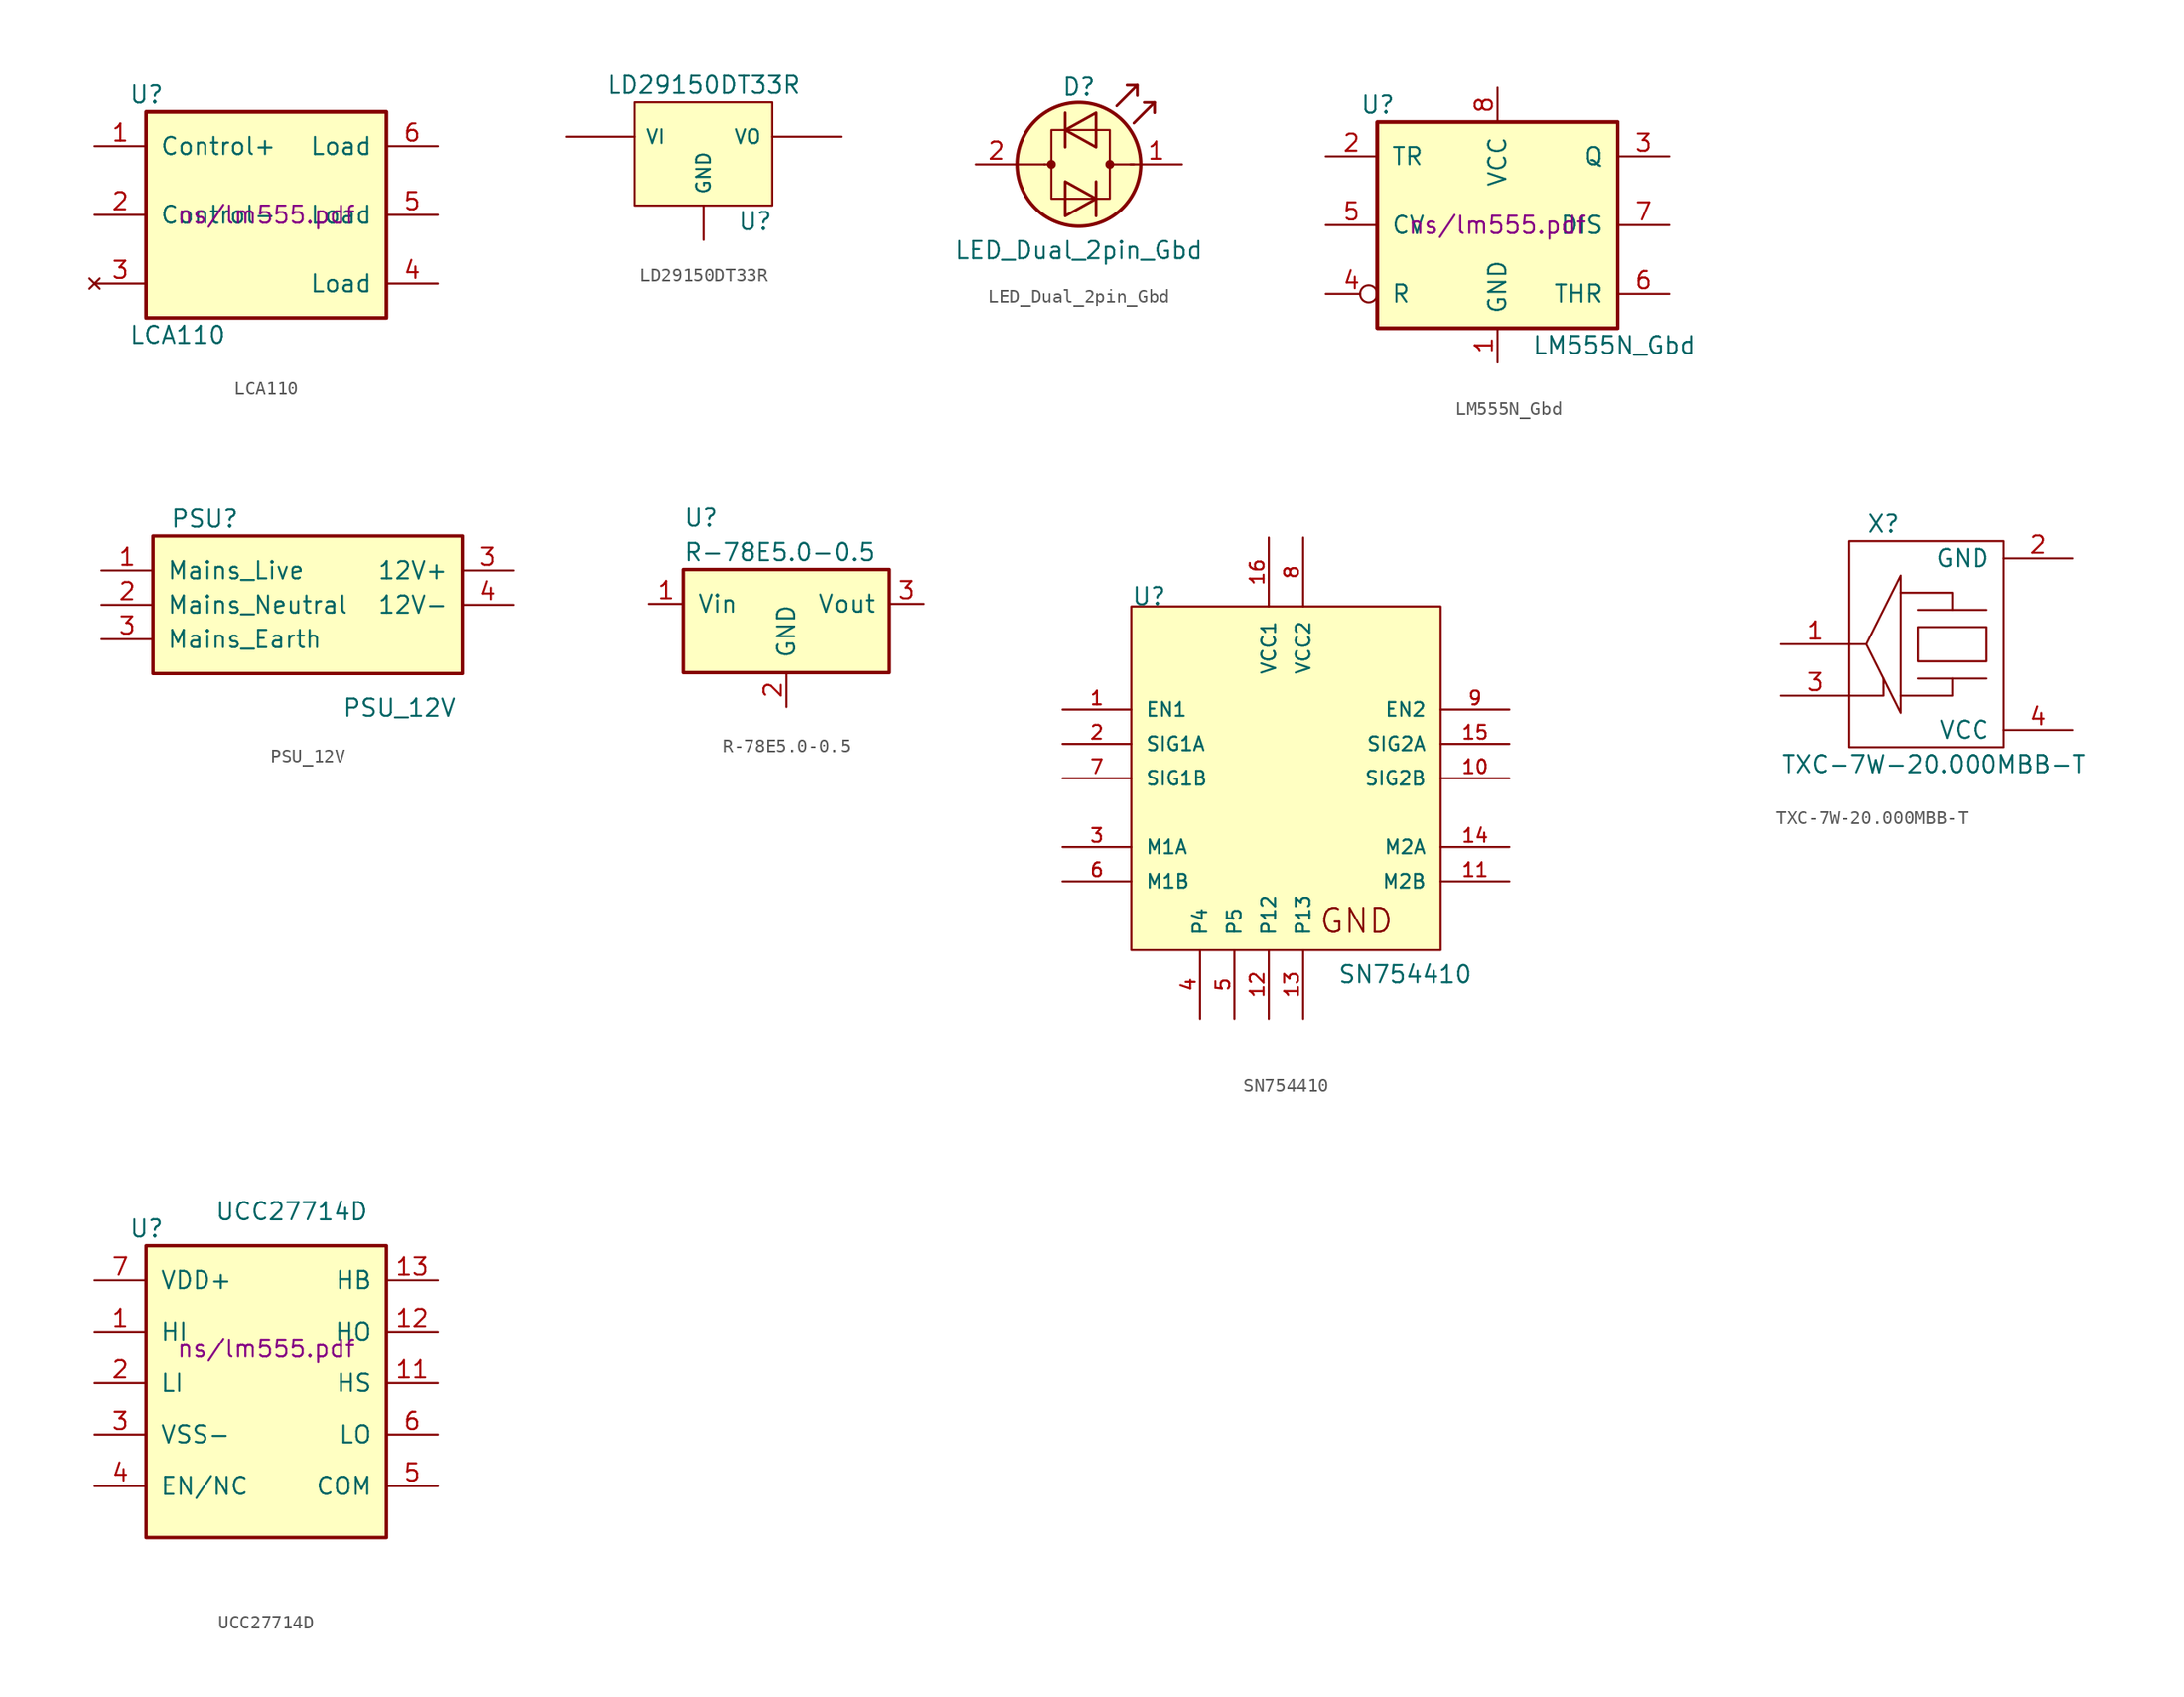
<source format=kicad_sym>
(kicad_symbol_lib
  (version 20220914)
  (generator kicad_symbol_editor)
  (symbol "LCA110"
    (pin_names
      (offset 1.016))
    (property "Reference" "U"
      (at -10.16 8.89 0)
      (effects (font (size 1.27 1.27)) (justify left)))
    (property "Value" "LCA110"
      (at -10.16 -8.89 0)
      (effects (font (size 1.27 1.27)) (justify left)))
    (property "Footprint" ""
      (at 0 0 0)
      (effects (font (size 1.27 1.27))))
    (property "Datasheet" "ns/lm555.pdf"
      (at 0 0 0)
      (effects (font (size 1.27 1.27))))
    (symbol "LCA110_0_1"
      (rectangle (start -8.89 -7.62) (end 8.89 7.62) (stroke (width 0.254) (type solid)) (fill (type background)))
      (rectangle (start -8.89 -7.62) (end 8.89 7.62) (stroke (width 0.254) (type solid)) (fill (type background))))
    (symbol "LCA110_1_1"
      (pin input line (at -12.7 5.08 0) (length 3.81) (name "Control+" (effects (font (size 1.27 1.27)))) (number "1" (effects (font (size 1.27 1.27)))))
      (pin input line (at -12.7 0 0) (length 3.81) (name "Control-" (effects (font (size 1.27 1.27)))) (number "2" (effects (font (size 1.27 1.27)))))
      (pin no_connect line (at -12.7 -5.08 0) (length 3.81) (name "~" (effects (font (size 1.27 1.27)))) (number "3" (effects (font (size 1.27 1.27)))))
      (pin bidirectional line (at 12.7 -5.08 180) (length 3.81) (name "Load" (effects (font (size 1.27 1.27)))) (number "4" (effects (font (size 1.27 1.27)))))
      (pin input line (at 12.7 0 180) (length 3.81) (name "Load" (effects (font (size 1.27 1.27)))) (number "5" (effects (font (size 1.27 1.27)))))
      (pin bidirectional line (at 12.7 5.08 180) (length 3.81) (name "Load" (effects (font (size 1.27 1.27)))) (number "6" (effects (font (size 1.27 1.27)))))))
  (symbol "LD29150DT33R"
    (pin_numbers hide)
    (pin_names
      (offset 0.762))
    (property "Reference" "U"
      (at 3.81 -4.978 0)
      (effects (font (size 1.27 1.27))))
    (property "Value" "LD29150DT33R"
      (at 0 5.08 0)
      (effects (font (size 1.27 1.27))))
    (property "Footprint" ""
      (at 0 0 0)
      (effects (font (size 1.27 1.27))))
    (property "Datasheet" ""
      (at 0 0 0)
      (effects (font (size 1.27 1.27))))
    (symbol "LD29150DT33R_0_1"
      (rectangle (start -5.08 -3.81) (end 5.08 3.81) (stroke (width 0) (type solid)) (fill (type background))))
    (symbol "LD29150DT33R_1_1"
      (pin input line (at 0 -6.35 90) (length 2.54) (name "GND" (effects (font (size 1.016 1.016)))) (number "GND" (effects (font (size 1.016 1.016)))))
      (pin input line (at -10.16 1.27 0) (length 5.08) (name "VI" (effects (font (size 1.016 1.016)))) (number "VI" (effects (font (size 1.016 1.016)))))
      (pin power_out line (at 10.16 1.27 180) (length 5.08) (name "VO" (effects (font (size 1.016 1.016)))) (number "VO" (effects (font (size 1.016 1.016)))))))
  (symbol "LED_Dual_2pin_Gbd"
    (pin_names
      (offset 0) hide)
    (property "Reference" "D"
      (at 0 5.715 0)
      (effects (font (size 1.27 1.27))))
    (property "Value" "LED_Dual_2pin_Gbd"
      (at 0 -6.35 0)
      (effects (font (size 1.27 1.27))))
    (property "Footprint" ""
      (at 0 0 0)
      (effects (font (size 1.27 1.27))))
    (property "Datasheet" ""
      (at 0 0 0)
      (effects (font (size 1.27 1.27))))
    (symbol "LED_Dual_2pin_Gbd_0_1"
      (circle (center -2.032 0) (radius 0.254) (stroke (width 0) (type solid)) (fill (type outline)))
      (polyline (pts (xy -4.572 0) (xy -2.54 0)) (stroke (width 0) (type solid)) (fill (type none)))
      (polyline (pts (xy -2.032 0) (xy -2.54 0)) (stroke (width 0) (type solid)) (fill (type none)))
      (polyline (pts (xy -1.016 3.81) (xy -1.016 1.27)) (stroke (width 0.203) (type solid)) (fill (type none)))
      (polyline (pts (xy 1.27 -1.27) (xy 1.27 -3.81)) (stroke (width 0.203) (type solid)) (fill (type none)))
      (polyline (pts (xy 4.064 0) (xy 2.286 0)) (stroke (width 0) (type solid)) (fill (type outline)))
      (polyline (pts (xy 4.318 5.842) (xy 4.318 5.08)) (stroke (width 0.203) (type solid)) (fill (type none)))
      (polyline (pts (xy 5.588 4.572) (xy 5.588 3.81)) (stroke (width 0.203) (type solid)) (fill (type none)))
      (polyline (pts (xy 2.794 4.318) (xy 4.318 5.842) (xy 3.556 5.842)) (stroke (width 0.203) (type solid)) (fill (type none)))
      (polyline (pts (xy 4.064 3.048) (xy 5.588 4.572) (xy 4.826 4.572)) (stroke (width 0.203) (type solid)) (fill (type none)))
      (polyline (pts (xy -1.016 -1.27) (xy -1.016 -3.81) (xy 1.27 -2.54) (xy -1.016 -1.27)) (stroke (width 0.203) (type solid)) (fill (type none)))
      (polyline (pts (xy 1.27 3.81) (xy 1.27 1.27) (xy -1.016 2.54) (xy 1.27 3.81)) (stroke (width 0.203) (type solid)) (fill (type none)))
      (polyline (pts (xy 2.286 2.54) (xy -2.032 2.54) (xy -2.032 -2.54) (xy 2.286 -2.54) (xy 2.286 2.54)) (stroke (width 0) (type solid)) (fill (type none)))
      (circle (center 0 0) (radius 4.572) (stroke (width 0.254) (type solid)) (fill (type background)))
      (circle (center 2.286 0) (radius 0.254) (stroke (width 0) (type solid)) (fill (type outline))))
    (symbol "LED_Dual_2pin_Gbd_1_1"
      (pin input line (at 7.62 0 180) (length 3.81) (name "KA" (effects (font (size 1.27 1.27)))) (number "1" (effects (font (size 1.27 1.27)))))
      (pin input line (at -7.62 0 0) (length 3.048) (name "AK" (effects (font (size 1.27 1.27)))) (number "2" (effects (font (size 1.27 1.27)))))))
  (symbol "LM555N_Gbd"
    (pin_names
      (offset 1.016))
    (property "Reference" "U"
      (at -10.16 8.89 0)
      (effects (font (size 1.27 1.27)) (justify left)))
    (property "Value" "LM555N_Gbd"
      (at 2.54 -8.89 0)
      (effects (font (size 1.27 1.27)) (justify left)))
    (property "Footprint" ""
      (at 0 0 0)
      (effects (font (size 1.27 1.27))))
    (property "Datasheet" "ns/lm555.pdf"
      (at 0 0 0)
      (effects (font (size 1.27 1.27))))
    (symbol "LM555N_Gbd_0_1"
      (rectangle (start -8.89 -7.62) (end 8.89 7.62) (stroke (width 0.254) (type solid)) (fill (type background)))
      (rectangle (start -8.89 -7.62) (end 8.89 7.62) (stroke (width 0.254) (type solid)) (fill (type background))))
    (symbol "LM555N_Gbd_1_1"
      (pin power_in line (at 0 -10.16 90) (length 2.54) (name "GND" (effects (font (size 1.27 1.27)))) (number "1" (effects (font (size 1.27 1.27)))))
      (pin input line (at -12.7 5.08 0) (length 3.81) (name "TR" (effects (font (size 1.27 1.27)))) (number "2" (effects (font (size 1.27 1.27)))))
      (pin output line (at 12.7 5.08 180) (length 3.81) (name "Q" (effects (font (size 1.27 1.27)))) (number "3" (effects (font (size 1.27 1.27)))))
      (pin input inverted (at -12.7 -5.08 0) (length 3.81) (name "R" (effects (font (size 1.27 1.27)))) (number "4" (effects (font (size 1.27 1.27)))))
      (pin input line (at -12.7 0 0) (length 3.81) (name "CV" (effects (font (size 1.27 1.27)))) (number "5" (effects (font (size 1.27 1.27)))))
      (pin input line (at 12.7 -5.08 180) (length 3.81) (name "THR" (effects (font (size 1.27 1.27)))) (number "6" (effects (font (size 1.27 1.27)))))
      (pin input line (at 12.7 0 180) (length 3.81) (name "DIS" (effects (font (size 1.27 1.27)))) (number "7" (effects (font (size 1.27 1.27)))))
      (pin input line (at 0 10.16 270) (length 2.54) (name "VCC" (effects (font (size 1.27 1.27)))) (number "8" (effects (font (size 1.27 1.27)))))))
  (symbol "PSU_12V"
    (pin_names
      (offset 1.016))
    (property "Reference" "PSU"
      (at -10.16 8.89 0)
      (effects (font (size 1.27 1.27)) (justify left)))
    (property "Value" "PSU_12V"
      (at 2.54 -5.08 0)
      (effects (font (size 1.27 1.27)) (justify left)))
    (property "Footprint" ""
      (at 0 0 0)
      (effects (font (size 1.27 1.27))))
    (property "Datasheet" ""
      (at 0 0 0)
      (effects (font (size 1.27 1.27))))
    (symbol "PSU_12V_0_1"
      (rectangle (start -11.43 -2.54) (end 11.43 7.62) (stroke (width 0.254) (type solid)) (fill (type background))))
    (symbol "PSU_12V_1_1"
      (pin power_in line (at -15.24 5.08 0) (length 3.81) (name "Mains_Live" (effects (font (size 1.27 1.27)))) (number "1" (effects (font (size 1.27 1.27)))))
      (pin power_in line (at -15.24 2.54 0) (length 3.81) (name "Mains_Neutral" (effects (font (size 1.27 1.27)))) (number "2" (effects (font (size 1.27 1.27)))))
      (pin passive line (at 15.24 5.08 180) (length 3.81) (name "12V+" (effects (font (size 1.27 1.27)))) (number "3" (effects (font (size 1.27 1.27)))))
      (pin passive line (at -15.24 0 0) (length 3.81) (name "Mains_Earth" (effects (font (size 1.27 1.27)))) (number "3" (effects (font (size 1.27 1.27)))))
      (pin passive line (at 15.24 2.54 180) (length 3.81) (name "12V-" (effects (font (size 1.27 1.27)))) (number "4" (effects (font (size 1.27 1.27)))))))
  (symbol "R-78E5.0-0.5"
    (pin_names
      (offset 1.016))
    (property "Reference" "U"
      (at -7.62 8.89 0)
      (effects (font (size 1.27 1.27)) (justify left)))
    (property "Value" "R-78E5.0-0.5"
      (at -7.62 6.35 0)
      (effects (font (size 1.27 1.27)) (justify left)))
    (symbol "R-78E5.0-0.5_0_1"
      (rectangle (start -7.62 5.08) (end 7.62 -2.54) (stroke (width 0.254) (type solid)) (fill (type background))))
    (symbol "R-78E5.0-0.5_1_1"
      (pin input line (at -10.16 2.54 0) (length 2.54) (name "Vin" (effects (font (size 1.27 1.27)))) (number "1" (effects (font (size 1.27 1.27)))))
      (pin power_in line (at 0 -5.08 90) (length 2.54) (name "GND" (effects (font (size 1.27 1.27)))) (number "2" (effects (font (size 1.27 1.27)))))
      (pin power_out line (at 10.16 2.54 180) (length 2.54) (name "Vout" (effects (font (size 1.27 1.27)))) (number "3" (effects (font (size 1.27 1.27)))))))
  (symbol "SN754410"
    (pin_names
      (offset 1.016))
    (property "Reference" "U"
      (at -10.16 17.78 0)
      (effects (font (size 1.27 1.27)) (justify left bottom)))
    (property "Value" "SN754410"
      (at 5.08 -10.16 0)
      (effects (font (size 1.27 1.27)) (justify left bottom)))
    (property "ki_locked" ""
      (at 0 0 0)
      (effects (font (size 1.27 1.27))))
    (symbol "SN754410_0_1"
      (rectangle (start -10.16 17.78) (end 12.7 -7.62) (stroke (width 0) (type solid)) (fill (type background))))
    (symbol "SN754410_1_0"
      (text "GND" (at 6.477 -5.461 0) (effects (font (size 1.778 1.778)))))
    (symbol "SN754410_1_1"
      (pin bidirectional line (at -15.24 10.16 0) (length 5.08) (name "EN1" (effects (font (size 1.016 1.016)))) (number "1" (effects (font (size 1.016 1.016)))))
      (pin bidirectional line (at 17.78 5.08 180) (length 5.08) (name "SIG2B" (effects (font (size 1.016 1.016)))) (number "10" (effects (font (size 1.016 1.016)))))
      (pin bidirectional line (at 17.78 -2.54 180) (length 5.08) (name "M2B" (effects (font (size 1.016 1.016)))) (number "11" (effects (font (size 1.016 1.016)))))
      (pin power_in line (at 0 -12.7 90) (length 5.08) (name "P12" (effects (font (size 1.016 1.016)))) (number "12" (effects (font (size 1.016 1.016)))))
      (pin power_in line (at 2.54 -12.7 90) (length 5.08) (name "P13" (effects (font (size 1.016 1.016)))) (number "13" (effects (font (size 1.016 1.016)))))
      (pin bidirectional line (at 17.78 0 180) (length 5.08) (name "M2A" (effects (font (size 1.016 1.016)))) (number "14" (effects (font (size 1.016 1.016)))))
      (pin bidirectional line (at 17.78 7.62 180) (length 5.08) (name "SIG2A" (effects (font (size 1.016 1.016)))) (number "15" (effects (font (size 1.016 1.016)))))
      (pin power_in line (at 0 22.86 270) (length 5.08) (name "VCC1" (effects (font (size 1.016 1.016)))) (number "16" (effects (font (size 1.016 1.016)))))
      (pin bidirectional line (at -15.24 7.62 0) (length 5.08) (name "SIG1A" (effects (font (size 1.016 1.016)))) (number "2" (effects (font (size 1.016 1.016)))))
      (pin bidirectional line (at -15.24 0 0) (length 5.08) (name "M1A" (effects (font (size 1.016 1.016)))) (number "3" (effects (font (size 1.016 1.016)))))
      (pin power_in line (at -5.08 -12.7 90) (length 5.08) (name "P4" (effects (font (size 1.016 1.016)))) (number "4" (effects (font (size 1.016 1.016)))))
      (pin power_in line (at -2.54 -12.7 90) (length 5.08) (name "P5" (effects (font (size 1.016 1.016)))) (number "5" (effects (font (size 1.016 1.016)))))
      (pin bidirectional line (at -15.24 -2.54 0) (length 5.08) (name "M1B" (effects (font (size 1.016 1.016)))) (number "6" (effects (font (size 1.016 1.016)))))
      (pin bidirectional line (at -15.24 5.08 0) (length 5.08) (name "SIG1B" (effects (font (size 1.016 1.016)))) (number "7" (effects (font (size 1.016 1.016)))))
      (pin power_in line (at 2.54 22.86 270) (length 5.08) (name "VCC2" (effects (font (size 1.016 1.016)))) (number "8" (effects (font (size 1.016 1.016)))))
      (pin bidirectional line (at 17.78 10.16 180) (length 5.08) (name "EN2" (effects (font (size 1.016 1.016)))) (number "9" (effects (font (size 1.016 1.016)))))))
  (symbol "TXC-7W-20.000MBB-T"
    (pin_names
      (offset 1.016))
    (property "Reference" "X"
      (at -3.81 8.89 0)
      (effects (font (size 1.27 1.27))))
    (property "Value" "TXC-7W-20.000MBB-T"
      (at -11.43 -8.89 0)
      (effects (font (size 1.27 1.27)) (justify left)))
    (property "Footprint" ""
      (at -20.32 1.27 0)
      (effects (font (size 1.27 1.27))))
    (property "Datasheet" ""
      (at -20.32 1.27 0)
      (effects (font (size 1.27 1.27))))
    (symbol "TXC-7W-20.000MBB-T_0_1"
      (polyline (pts (xy -5.08 0) (xy -6.35 0)) (stroke (width 0) (type solid)) (fill (type none)))
      (polyline (pts (xy -1.27 -2.54) (xy 3.81 -2.54)) (stroke (width 0) (type solid)) (fill (type none)))
      (polyline (pts (xy 3.81 2.54) (xy -1.27 2.54)) (stroke (width 0) (type solid)) (fill (type none)))
      (polyline (pts (xy -3.81 -2.54) (xy -3.81 -3.81) (xy -6.35 -3.81)) (stroke (width 0) (type solid)) (fill (type none)))
      (polyline (pts (xy 1.27 -2.54) (xy 1.27 -3.81) (xy -2.54 -3.81)) (stroke (width 0) (type solid)) (fill (type none)))
      (polyline (pts (xy 1.27 2.54) (xy 1.27 3.81) (xy -2.54 3.81)) (stroke (width 0) (type solid)) (fill (type none)))
      (polyline (pts (xy -2.54 5.08) (xy -2.54 -5.08) (xy -5.08 0) (xy -2.54 5.08)) (stroke (width 0) (type solid)) (fill (type none)))
      (polyline (pts (xy -1.27 1.27) (xy -1.27 -1.27) (xy 3.81 -1.27) (xy 3.81 1.27) (xy -1.27 1.27)) (stroke (width 0) (type solid)) (fill (type none)))
      (rectangle (start 5.08 7.62) (end -6.35 -7.62) (stroke (width 0) (type solid)) (fill (type none))))
    (symbol "TXC-7W-20.000MBB-T_1_1"
      (pin input line (at -11.43 0 0) (length 5.08) (name "~" (effects (font (size 1.27 1.27)))) (number "1" (effects (font (size 1.27 1.27)))))
      (pin input line (at 10.16 6.35 180) (length 5.08) (name "GND" (effects (font (size 1.27 1.27)))) (number "2" (effects (font (size 1.27 1.27)))))
      (pin input line (at -11.43 -3.81 0) (length 5.08) (name "~" (effects (font (size 1.27 1.27)))) (number "3" (effects (font (size 1.27 1.27)))))
      (pin input line (at 10.16 -6.35 180) (length 5.08) (name "VCC" (effects (font (size 1.27 1.27)))) (number "4" (effects (font (size 1.27 1.27)))))))
  (symbol "UCC27714D"
    (pin_names
      (offset 1.016))
    (property "Reference" "U"
      (at -10.16 8.89 0)
      (effects (font (size 1.27 1.27)) (justify left)))
    (property "Value" "UCC27714D"
      (at -3.81 10.16 0)
      (effects (font (size 1.27 1.27)) (justify left)))
    (property "Footprint" ""
      (at 0 0 0)
      (effects (font (size 1.27 1.27))))
    (property "Datasheet" "ns/lm555.pdf"
      (at 0 0 0)
      (effects (font (size 1.27 1.27))))
    (symbol "UCC27714D_0_1"
      (rectangle (start -8.89 -13.97) (end 8.89 7.62) (stroke (width 0.254) (type solid)) (fill (type background))))
    (symbol "UCC27714D_1_1"
      (pin input line (at -12.7 1.27 0) (length 3.81) (name "HI" (effects (font (size 1.27 1.27)))) (number "1" (effects (font (size 1.27 1.27)))))
      (pin no_connect line (at 3.81 -16.51 180) (length 3.81) hide (name "~" (effects (font (size 1.27 1.27)))) (number "10" (effects (font (size 1.27 1.27)))))
      (pin power_in line (at 12.7 -2.54 180) (length 3.81) (name "HS" (effects (font (size 1.27 1.27)))) (number "11" (effects (font (size 1.27 1.27)))))
      (pin output line (at 12.7 1.27 180) (length 3.81) (name "HO" (effects (font (size 1.27 1.27)))) (number "12" (effects (font (size 1.27 1.27)))))
      (pin bidirectional line (at 12.7 5.08 180) (length 3.81) (name "HB" (effects (font (size 1.27 1.27)))) (number "13" (effects (font (size 1.27 1.27)))))
      (pin no_connect line (at 8.89 -16.51 180) (length 3.81) hide (name "~" (effects (font (size 1.27 1.27)))) (number "14" (effects (font (size 1.27 1.27)))))
      (pin input line (at -12.7 -2.54 0) (length 3.81) (name "LI" (effects (font (size 1.27 1.27)))) (number "2" (effects (font (size 1.27 1.27)))))
      (pin power_in line (at -12.7 -6.35 0) (length 3.81) (name "VSS-" (effects (font (size 1.27 1.27)))) (number "3" (effects (font (size 1.27 1.27)))))
      (pin tri_state line (at -12.7 -10.16 0) (length 3.81) (name "EN/NC" (effects (font (size 1.27 1.27)))) (number "4" (effects (font (size 1.27 1.27)))))
      (pin power_in line (at 12.7 -10.16 180) (length 3.81) (name "COM" (effects (font (size 1.27 1.27)))) (number "5" (effects (font (size 1.27 1.27)))))
      (pin output line (at 12.7 -6.35 180) (length 3.81) (name "LO" (effects (font (size 1.27 1.27)))) (number "6" (effects (font (size 1.27 1.27)))))
      (pin power_in line (at -12.7 5.08 0) (length 3.81) (name "VDD+" (effects (font (size 1.27 1.27)))) (number "7" (effects (font (size 1.27 1.27)))))
      (pin no_connect line (at -6.35 -16.51 180) (length 3.81) hide (name "~" (effects (font (size 1.27 1.27)))) (number "8" (effects (font (size 1.27 1.27)))))
      (pin no_connect line (at -1.27 -16.51 180) (length 3.81) hide (name "~" (effects (font (size 1.27 1.27)))) (number "9" (effects (font (size 1.27 1.27))))))))
</source>
